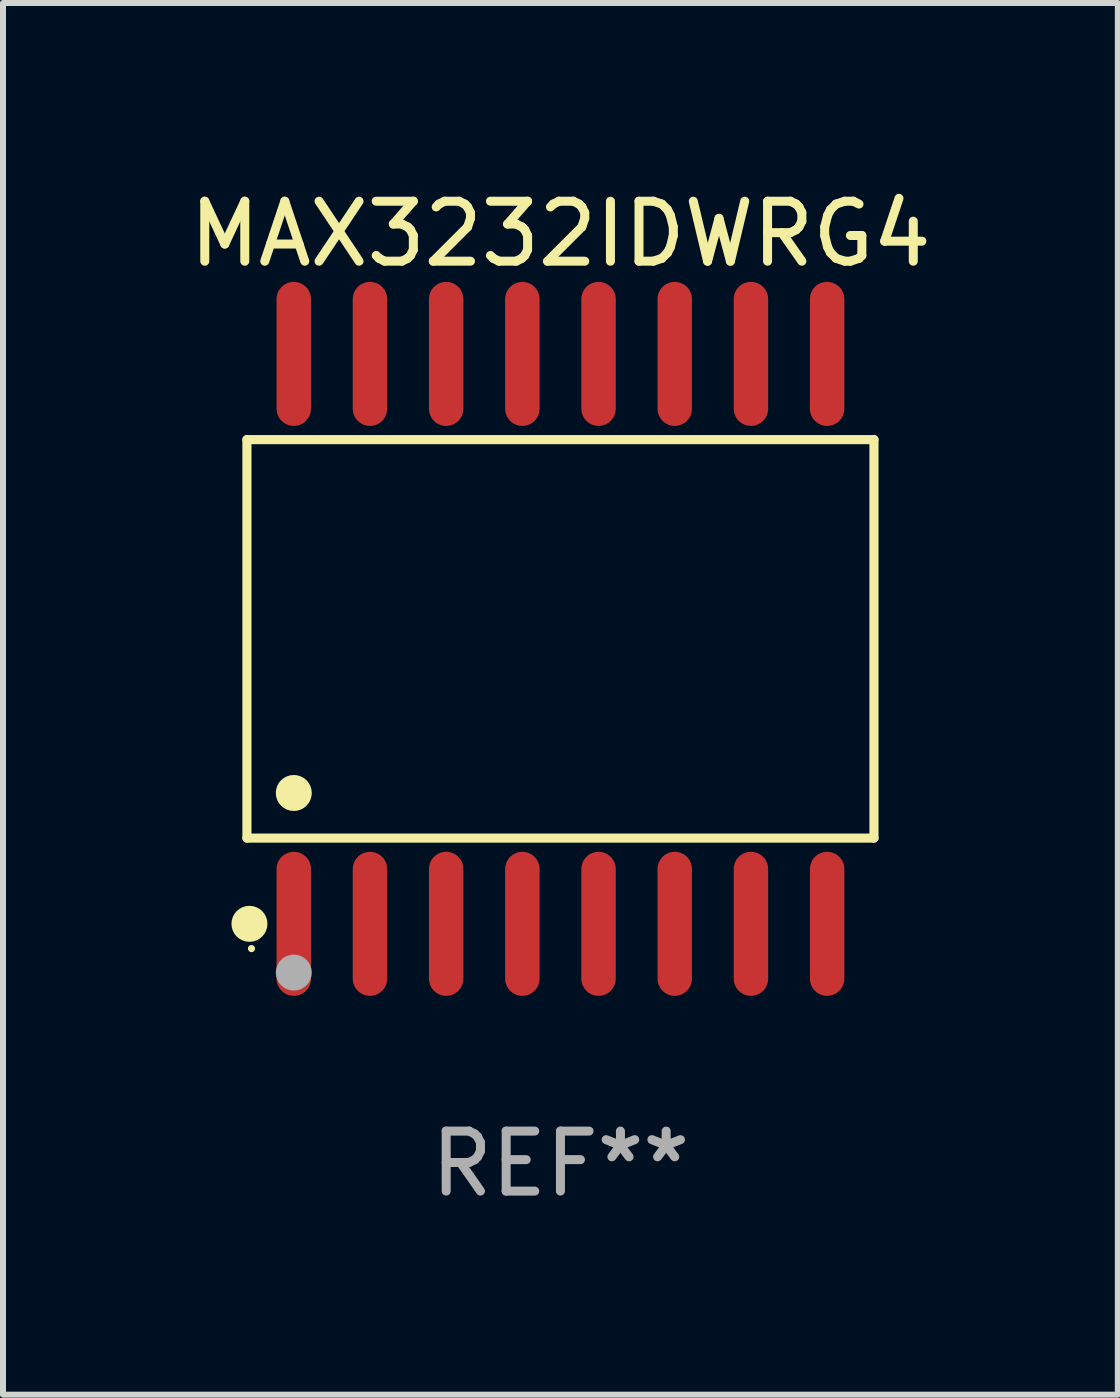
<source format=kicad_pcb>
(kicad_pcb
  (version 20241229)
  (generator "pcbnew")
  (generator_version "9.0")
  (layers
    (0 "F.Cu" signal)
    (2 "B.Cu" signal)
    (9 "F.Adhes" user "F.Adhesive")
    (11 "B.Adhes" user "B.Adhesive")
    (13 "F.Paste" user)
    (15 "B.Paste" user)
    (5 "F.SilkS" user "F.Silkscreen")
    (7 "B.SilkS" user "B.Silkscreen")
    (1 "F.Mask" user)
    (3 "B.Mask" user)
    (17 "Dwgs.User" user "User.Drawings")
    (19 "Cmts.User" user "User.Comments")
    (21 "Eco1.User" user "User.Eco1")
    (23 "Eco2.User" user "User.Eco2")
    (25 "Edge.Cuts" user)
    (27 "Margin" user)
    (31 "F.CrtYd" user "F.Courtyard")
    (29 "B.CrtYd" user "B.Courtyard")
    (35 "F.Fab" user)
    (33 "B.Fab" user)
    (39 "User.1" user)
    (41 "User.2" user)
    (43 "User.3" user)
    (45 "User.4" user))
  (footprint "MAX3232IDWRG4"
    (layer "F.Cu")
    (at 6.292 7.599)
    (property "Reference" "MAX3232IDWRG4" (at 0 -6.75 0) (layer "F.SilkS") (effects (font (size 1 1) (thickness 0.15))))
    (attr through_hole)
    (fp_line (start -5.226 -3.321) (end 5.226 -3.321) (stroke (width 0.152) (type solid)) (layer "F.SilkS"))
    (fp_line (start -5.226 3.321) (end -5.226 -3.321) (stroke (width 0.152) (type solid)) (layer "F.SilkS"))
    (fp_line (start 5.226 -3.321) (end 5.226 3.321) (stroke (width 0.152) (type solid)) (layer "F.SilkS"))
    (fp_line (start 5.226 3.321) (end -5.226 3.321) (stroke (width 0.152) (type solid)) (layer "F.SilkS"))
    (fp_circle (center -5.184 4.75) (end -5.034 4.75) (stroke (width 0.3) (type solid)) (fill no) (layer "F.SilkS"))
    (fp_circle (center -5.15 5.163) (end -5.12 5.163) (stroke (width 0.06) (type solid)) (fill no) (layer "F.SilkS"))
    (fp_circle (center -4.445 2.569) (end -4.295 2.569) (stroke (width 0.3) (type solid)) (fill no) (layer "F.SilkS"))
    (fp_circle (center -4.445 5.563) (end -4.295 5.563) (stroke (width 0.3) (type solid)) (fill no) (layer "F.Fab"))
    (fp_text user "REF**" (at 0 8.75 0) (layer "F.Fab") (effects (font (size 1 1) (thickness 0.15))))
    (pad "1" smd oval (at -4.445 4.75) (size 0.574 2.401) (layers "F.Cu" "F.Mask" "F.Paste"))
    (pad "2" smd oval (at -3.175 4.75) (size 0.574 2.401) (layers "F.Cu" "F.Mask" "F.Paste"))
    (pad "3" smd oval (at -1.905 4.75) (size 0.574 2.401) (layers "F.Cu" "F.Mask" "F.Paste"))
    (pad "4" smd oval (at -0.635 4.75) (size 0.574 2.401) (layers "F.Cu" "F.Mask" "F.Paste"))
    (pad "5" smd oval (at 0.635 4.75) (size 0.574 2.401) (layers "F.Cu" "F.Mask" "F.Paste"))
    (pad "6" smd oval (at 1.905 4.75) (size 0.574 2.401) (layers "F.Cu" "F.Mask" "F.Paste"))
    (pad "7" smd oval (at 3.175 4.75) (size 0.574 2.401) (layers "F.Cu" "F.Mask" "F.Paste"))
    (pad "8" smd oval (at 4.445 4.75) (size 0.574 2.401) (layers "F.Cu" "F.Mask" "F.Paste"))
    (pad "9" smd oval (at 4.445 -4.75) (size 0.574 2.401) (layers "F.Cu" "F.Mask" "F.Paste"))
    (pad "10" smd oval (at 3.175 -4.75) (size 0.574 2.401) (layers "F.Cu" "F.Mask" "F.Paste"))
    (pad "11" smd oval (at 1.905 -4.75) (size 0.574 2.401) (layers "F.Cu" "F.Mask" "F.Paste"))
    (pad "12" smd oval (at 0.635 -4.75) (size 0.574 2.401) (layers "F.Cu" "F.Mask" "F.Paste"))
    (pad "13" smd oval (at -0.635 -4.75) (size 0.574 2.401) (layers "F.Cu" "F.Mask" "F.Paste"))
    (pad "14" smd oval (at -1.905 -4.75) (size 0.574 2.401) (layers "F.Cu" "F.Mask" "F.Paste"))
    (pad "15" smd oval (at -3.175 -4.75) (size 0.574 2.401) (layers "F.Cu" "F.Mask" "F.Paste"))
    (pad "16" smd oval (at -4.445 -4.75) (size 0.574 2.401) (layers "F.Cu" "F.Mask" "F.Paste")))
  (gr_rect
    (start -3 -3)
    (end 15.583 20.197)
    (stroke (width 0.1) (type default))
    (fill no)
    (layer "Edge.Cuts")))
</source>
